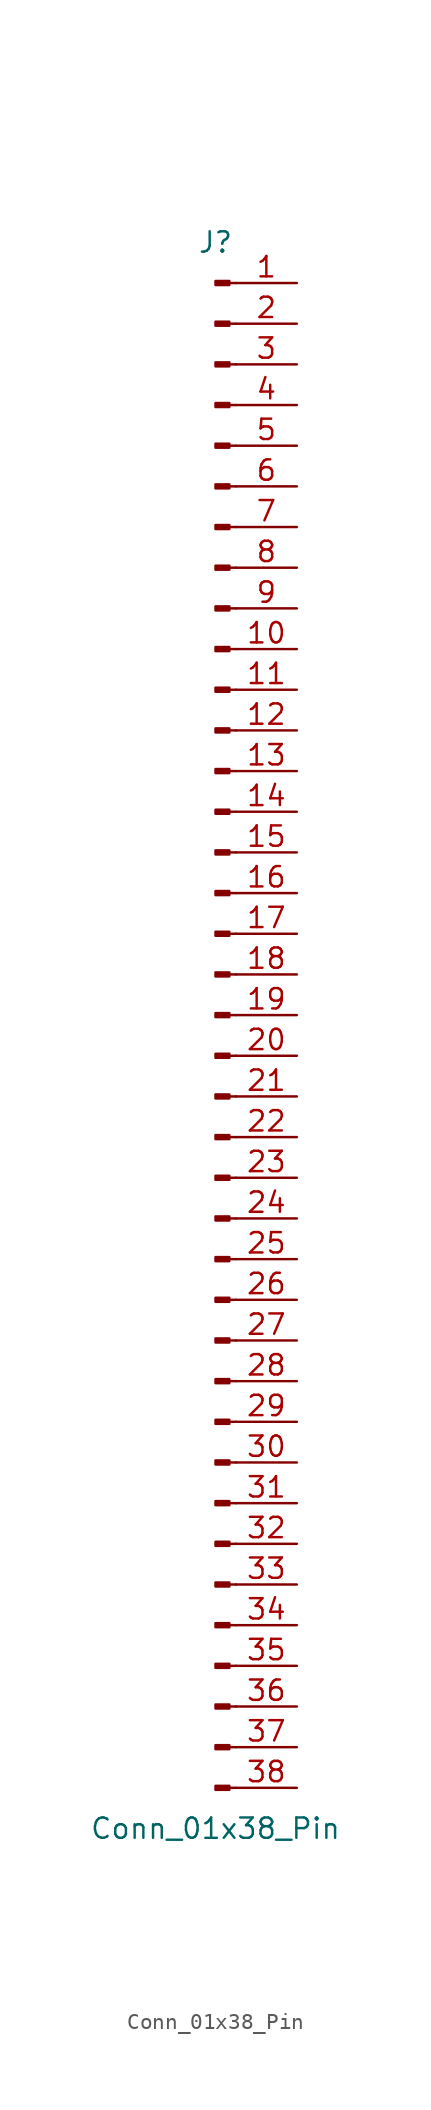
<source format=kicad_sym>
(kicad_symbol_lib
  (version 20220914)
  (generator kicad_symbol_editor)
  (symbol "Conn_01x38_Pin"
    (pin_names
      (offset 1.016) hide)
    (property "Reference" "J"
      (at 0 48.26 0)
      (effects (font (size 1.27 1.27))))
    (property "Value" "Conn_01x38_Pin"
      (at 0 -50.8 0)
      (effects (font (size 1.27 1.27))))
    (property "ki_locked" ""
      (at 0 0 0)
      (effects (font (size 1.27 1.27))))
    (symbol "Conn_01x38_Pin_1_1"
      (polyline (pts (xy 1.27 -48.26) (xy 0.864 -48.26)) (stroke (width 0.152) (type default)) (fill (type none)))
      (polyline (pts (xy 1.27 -45.72) (xy 0.864 -45.72)) (stroke (width 0.152) (type default)) (fill (type none)))
      (polyline (pts (xy 1.27 -43.18) (xy 0.864 -43.18)) (stroke (width 0.152) (type default)) (fill (type none)))
      (polyline (pts (xy 1.27 -40.64) (xy 0.864 -40.64)) (stroke (width 0.152) (type default)) (fill (type none)))
      (polyline (pts (xy 1.27 -38.1) (xy 0.864 -38.1)) (stroke (width 0.152) (type default)) (fill (type none)))
      (polyline (pts (xy 1.27 -35.56) (xy 0.864 -35.56)) (stroke (width 0.152) (type default)) (fill (type none)))
      (polyline (pts (xy 1.27 -33.02) (xy 0.864 -33.02)) (stroke (width 0.152) (type default)) (fill (type none)))
      (polyline (pts (xy 1.27 -30.48) (xy 0.864 -30.48)) (stroke (width 0.152) (type default)) (fill (type none)))
      (polyline (pts (xy 1.27 -27.94) (xy 0.864 -27.94)) (stroke (width 0.152) (type default)) (fill (type none)))
      (polyline (pts (xy 1.27 -25.4) (xy 0.864 -25.4)) (stroke (width 0.152) (type default)) (fill (type none)))
      (polyline (pts (xy 1.27 -22.86) (xy 0.864 -22.86)) (stroke (width 0.152) (type default)) (fill (type none)))
      (polyline (pts (xy 1.27 -20.32) (xy 0.864 -20.32)) (stroke (width 0.152) (type default)) (fill (type none)))
      (polyline (pts (xy 1.27 -17.78) (xy 0.864 -17.78)) (stroke (width 0.152) (type default)) (fill (type none)))
      (polyline (pts (xy 1.27 -15.24) (xy 0.864 -15.24)) (stroke (width 0.152) (type default)) (fill (type none)))
      (polyline (pts (xy 1.27 -12.7) (xy 0.864 -12.7)) (stroke (width 0.152) (type default)) (fill (type none)))
      (polyline (pts (xy 1.27 -10.16) (xy 0.864 -10.16)) (stroke (width 0.152) (type default)) (fill (type none)))
      (polyline (pts (xy 1.27 -7.62) (xy 0.864 -7.62)) (stroke (width 0.152) (type default)) (fill (type none)))
      (polyline (pts (xy 1.27 -5.08) (xy 0.864 -5.08)) (stroke (width 0.152) (type default)) (fill (type none)))
      (polyline (pts (xy 1.27 -2.54) (xy 0.864 -2.54)) (stroke (width 0.152) (type default)) (fill (type none)))
      (polyline (pts (xy 1.27 0) (xy 0.864 0)) (stroke (width 0.152) (type default)) (fill (type none)))
      (polyline (pts (xy 1.27 2.54) (xy 0.864 2.54)) (stroke (width 0.152) (type default)) (fill (type none)))
      (polyline (pts (xy 1.27 5.08) (xy 0.864 5.08)) (stroke (width 0.152) (type default)) (fill (type none)))
      (polyline (pts (xy 1.27 7.62) (xy 0.864 7.62)) (stroke (width 0.152) (type default)) (fill (type none)))
      (polyline (pts (xy 1.27 10.16) (xy 0.864 10.16)) (stroke (width 0.152) (type default)) (fill (type none)))
      (polyline (pts (xy 1.27 12.7) (xy 0.864 12.7)) (stroke (width 0.152) (type default)) (fill (type none)))
      (polyline (pts (xy 1.27 15.24) (xy 0.864 15.24)) (stroke (width 0.152) (type default)) (fill (type none)))
      (polyline (pts (xy 1.27 17.78) (xy 0.864 17.78)) (stroke (width 0.152) (type default)) (fill (type none)))
      (polyline (pts (xy 1.27 20.32) (xy 0.864 20.32)) (stroke (width 0.152) (type default)) (fill (type none)))
      (polyline (pts (xy 1.27 22.86) (xy 0.864 22.86)) (stroke (width 0.152) (type default)) (fill (type none)))
      (polyline (pts (xy 1.27 25.4) (xy 0.864 25.4)) (stroke (width 0.152) (type default)) (fill (type none)))
      (polyline (pts (xy 1.27 27.94) (xy 0.864 27.94)) (stroke (width 0.152) (type default)) (fill (type none)))
      (polyline (pts (xy 1.27 30.48) (xy 0.864 30.48)) (stroke (width 0.152) (type default)) (fill (type none)))
      (polyline (pts (xy 1.27 33.02) (xy 0.864 33.02)) (stroke (width 0.152) (type default)) (fill (type none)))
      (polyline (pts (xy 1.27 35.56) (xy 0.864 35.56)) (stroke (width 0.152) (type default)) (fill (type none)))
      (polyline (pts (xy 1.27 38.1) (xy 0.864 38.1)) (stroke (width 0.152) (type default)) (fill (type none)))
      (polyline (pts (xy 1.27 40.64) (xy 0.864 40.64)) (stroke (width 0.152) (type default)) (fill (type none)))
      (polyline (pts (xy 1.27 43.18) (xy 0.864 43.18)) (stroke (width 0.152) (type default)) (fill (type none)))
      (polyline (pts (xy 1.27 45.72) (xy 0.864 45.72)) (stroke (width 0.152) (type default)) (fill (type none)))
      (rectangle (start 0.864 -48.133) (end 0 -48.387) (stroke (width 0.152) (type default)) (fill (type outline)))
      (rectangle (start 0.864 -45.593) (end 0 -45.847) (stroke (width 0.152) (type default)) (fill (type outline)))
      (rectangle (start 0.864 -43.053) (end 0 -43.307) (stroke (width 0.152) (type default)) (fill (type outline)))
      (rectangle (start 0.864 -40.513) (end 0 -40.767) (stroke (width 0.152) (type default)) (fill (type outline)))
      (rectangle (start 0.864 -37.973) (end 0 -38.227) (stroke (width 0.152) (type default)) (fill (type outline)))
      (rectangle (start 0.864 -35.433) (end 0 -35.687) (stroke (width 0.152) (type default)) (fill (type outline)))
      (rectangle (start 0.864 -32.893) (end 0 -33.147) (stroke (width 0.152) (type default)) (fill (type outline)))
      (rectangle (start 0.864 -30.353) (end 0 -30.607) (stroke (width 0.152) (type default)) (fill (type outline)))
      (rectangle (start 0.864 -27.813) (end 0 -28.067) (stroke (width 0.152) (type default)) (fill (type outline)))
      (rectangle (start 0.864 -25.273) (end 0 -25.527) (stroke (width 0.152) (type default)) (fill (type outline)))
      (rectangle (start 0.864 -22.733) (end 0 -22.987) (stroke (width 0.152) (type default)) (fill (type outline)))
      (rectangle (start 0.864 -20.193) (end 0 -20.447) (stroke (width 0.152) (type default)) (fill (type outline)))
      (rectangle (start 0.864 -17.653) (end 0 -17.907) (stroke (width 0.152) (type default)) (fill (type outline)))
      (rectangle (start 0.864 -15.113) (end 0 -15.367) (stroke (width 0.152) (type default)) (fill (type outline)))
      (rectangle (start 0.864 -12.573) (end 0 -12.827) (stroke (width 0.152) (type default)) (fill (type outline)))
      (rectangle (start 0.864 -10.033) (end 0 -10.287) (stroke (width 0.152) (type default)) (fill (type outline)))
      (rectangle (start 0.864 -7.493) (end 0 -7.747) (stroke (width 0.152) (type default)) (fill (type outline)))
      (rectangle (start 0.864 -4.953) (end 0 -5.207) (stroke (width 0.152) (type default)) (fill (type outline)))
      (rectangle (start 0.864 -2.413) (end 0 -2.667) (stroke (width 0.152) (type default)) (fill (type outline)))
      (rectangle (start 0.864 0.127) (end 0 -0.127) (stroke (width 0.152) (type default)) (fill (type outline)))
      (rectangle (start 0.864 2.667) (end 0 2.413) (stroke (width 0.152) (type default)) (fill (type outline)))
      (rectangle (start 0.864 5.207) (end 0 4.953) (stroke (width 0.152) (type default)) (fill (type outline)))
      (rectangle (start 0.864 7.747) (end 0 7.493) (stroke (width 0.152) (type default)) (fill (type outline)))
      (rectangle (start 0.864 10.287) (end 0 10.033) (stroke (width 0.152) (type default)) (fill (type outline)))
      (rectangle (start 0.864 12.827) (end 0 12.573) (stroke (width 0.152) (type default)) (fill (type outline)))
      (rectangle (start 0.864 15.367) (end 0 15.113) (stroke (width 0.152) (type default)) (fill (type outline)))
      (rectangle (start 0.864 17.907) (end 0 17.653) (stroke (width 0.152) (type default)) (fill (type outline)))
      (rectangle (start 0.864 20.447) (end 0 20.193) (stroke (width 0.152) (type default)) (fill (type outline)))
      (rectangle (start 0.864 22.987) (end 0 22.733) (stroke (width 0.152) (type default)) (fill (type outline)))
      (rectangle (start 0.864 25.527) (end 0 25.273) (stroke (width 0.152) (type default)) (fill (type outline)))
      (rectangle (start 0.864 28.067) (end 0 27.813) (stroke (width 0.152) (type default)) (fill (type outline)))
      (rectangle (start 0.864 30.607) (end 0 30.353) (stroke (width 0.152) (type default)) (fill (type outline)))
      (rectangle (start 0.864 33.147) (end 0 32.893) (stroke (width 0.152) (type default)) (fill (type outline)))
      (rectangle (start 0.864 35.687) (end 0 35.433) (stroke (width 0.152) (type default)) (fill (type outline)))
      (rectangle (start 0.864 38.227) (end 0 37.973) (stroke (width 0.152) (type default)) (fill (type outline)))
      (rectangle (start 0.864 40.767) (end 0 40.513) (stroke (width 0.152) (type default)) (fill (type outline)))
      (rectangle (start 0.864 43.307) (end 0 43.053) (stroke (width 0.152) (type default)) (fill (type outline)))
      (rectangle (start 0.864 45.847) (end 0 45.593) (stroke (width 0.152) (type default)) (fill (type outline)))
      (pin passive line (at 5.08 45.72 180) (length 3.81) (name "Pin_1" (effects (font (size 1.27 1.27)))) (number "1" (effects (font (size 1.27 1.27)))))
      (pin passive line (at 5.08 22.86 180) (length 3.81) (name "Pin_10" (effects (font (size 1.27 1.27)))) (number "10" (effects (font (size 1.27 1.27)))))
      (pin passive line (at 5.08 20.32 180) (length 3.81) (name "Pin_11" (effects (font (size 1.27 1.27)))) (number "11" (effects (font (size 1.27 1.27)))))
      (pin passive line (at 5.08 17.78 180) (length 3.81) (name "Pin_12" (effects (font (size 1.27 1.27)))) (number "12" (effects (font (size 1.27 1.27)))))
      (pin passive line (at 5.08 15.24 180) (length 3.81) (name "Pin_13" (effects (font (size 1.27 1.27)))) (number "13" (effects (font (size 1.27 1.27)))))
      (pin passive line (at 5.08 12.7 180) (length 3.81) (name "Pin_14" (effects (font (size 1.27 1.27)))) (number "14" (effects (font (size 1.27 1.27)))))
      (pin passive line (at 5.08 10.16 180) (length 3.81) (name "Pin_15" (effects (font (size 1.27 1.27)))) (number "15" (effects (font (size 1.27 1.27)))))
      (pin passive line (at 5.08 7.62 180) (length 3.81) (name "Pin_16" (effects (font (size 1.27 1.27)))) (number "16" (effects (font (size 1.27 1.27)))))
      (pin passive line (at 5.08 5.08 180) (length 3.81) (name "Pin_17" (effects (font (size 1.27 1.27)))) (number "17" (effects (font (size 1.27 1.27)))))
      (pin passive line (at 5.08 2.54 180) (length 3.81) (name "Pin_18" (effects (font (size 1.27 1.27)))) (number "18" (effects (font (size 1.27 1.27)))))
      (pin passive line (at 5.08 0 180) (length 3.81) (name "Pin_19" (effects (font (size 1.27 1.27)))) (number "19" (effects (font (size 1.27 1.27)))))
      (pin passive line (at 5.08 43.18 180) (length 3.81) (name "Pin_2" (effects (font (size 1.27 1.27)))) (number "2" (effects (font (size 1.27 1.27)))))
      (pin passive line (at 5.08 -2.54 180) (length 3.81) (name "Pin_20" (effects (font (size 1.27 1.27)))) (number "20" (effects (font (size 1.27 1.27)))))
      (pin passive line (at 5.08 -5.08 180) (length 3.81) (name "Pin_21" (effects (font (size 1.27 1.27)))) (number "21" (effects (font (size 1.27 1.27)))))
      (pin passive line (at 5.08 -7.62 180) (length 3.81) (name "Pin_22" (effects (font (size 1.27 1.27)))) (number "22" (effects (font (size 1.27 1.27)))))
      (pin passive line (at 5.08 -10.16 180) (length 3.81) (name "Pin_23" (effects (font (size 1.27 1.27)))) (number "23" (effects (font (size 1.27 1.27)))))
      (pin passive line (at 5.08 -12.7 180) (length 3.81) (name "Pin_24" (effects (font (size 1.27 1.27)))) (number "24" (effects (font (size 1.27 1.27)))))
      (pin passive line (at 5.08 -15.24 180) (length 3.81) (name "Pin_25" (effects (font (size 1.27 1.27)))) (number "25" (effects (font (size 1.27 1.27)))))
      (pin passive line (at 5.08 -17.78 180) (length 3.81) (name "Pin_26" (effects (font (size 1.27 1.27)))) (number "26" (effects (font (size 1.27 1.27)))))
      (pin passive line (at 5.08 -20.32 180) (length 3.81) (name "Pin_27" (effects (font (size 1.27 1.27)))) (number "27" (effects (font (size 1.27 1.27)))))
      (pin passive line (at 5.08 -22.86 180) (length 3.81) (name "Pin_28" (effects (font (size 1.27 1.27)))) (number "28" (effects (font (size 1.27 1.27)))))
      (pin passive line (at 5.08 -25.4 180) (length 3.81) (name "Pin_29" (effects (font (size 1.27 1.27)))) (number "29" (effects (font (size 1.27 1.27)))))
      (pin passive line (at 5.08 40.64 180) (length 3.81) (name "Pin_3" (effects (font (size 1.27 1.27)))) (number "3" (effects (font (size 1.27 1.27)))))
      (pin passive line (at 5.08 -27.94 180) (length 3.81) (name "Pin_30" (effects (font (size 1.27 1.27)))) (number "30" (effects (font (size 1.27 1.27)))))
      (pin passive line (at 5.08 -30.48 180) (length 3.81) (name "Pin_31" (effects (font (size 1.27 1.27)))) (number "31" (effects (font (size 1.27 1.27)))))
      (pin passive line (at 5.08 -33.02 180) (length 3.81) (name "Pin_32" (effects (font (size 1.27 1.27)))) (number "32" (effects (font (size 1.27 1.27)))))
      (pin passive line (at 5.08 -35.56 180) (length 3.81) (name "Pin_33" (effects (font (size 1.27 1.27)))) (number "33" (effects (font (size 1.27 1.27)))))
      (pin passive line (at 5.08 -38.1 180) (length 3.81) (name "Pin_34" (effects (font (size 1.27 1.27)))) (number "34" (effects (font (size 1.27 1.27)))))
      (pin passive line (at 5.08 -40.64 180) (length 3.81) (name "Pin_35" (effects (font (size 1.27 1.27)))) (number "35" (effects (font (size 1.27 1.27)))))
      (pin passive line (at 5.08 -43.18 180) (length 3.81) (name "Pin_36" (effects (font (size 1.27 1.27)))) (number "36" (effects (font (size 1.27 1.27)))))
      (pin passive line (at 5.08 -45.72 180) (length 3.81) (name "Pin_37" (effects (font (size 1.27 1.27)))) (number "37" (effects (font (size 1.27 1.27)))))
      (pin passive line (at 5.08 -48.26 180) (length 3.81) (name "Pin_38" (effects (font (size 1.27 1.27)))) (number "38" (effects (font (size 1.27 1.27)))))
      (pin passive line (at 5.08 38.1 180) (length 3.81) (name "Pin_4" (effects (font (size 1.27 1.27)))) (number "4" (effects (font (size 1.27 1.27)))))
      (pin passive line (at 5.08 35.56 180) (length 3.81) (name "Pin_5" (effects (font (size 1.27 1.27)))) (number "5" (effects (font (size 1.27 1.27)))))
      (pin passive line (at 5.08 33.02 180) (length 3.81) (name "Pin_6" (effects (font (size 1.27 1.27)))) (number "6" (effects (font (size 1.27 1.27)))))
      (pin passive line (at 5.08 30.48 180) (length 3.81) (name "Pin_7" (effects (font (size 1.27 1.27)))) (number "7" (effects (font (size 1.27 1.27)))))
      (pin passive line (at 5.08 27.94 180) (length 3.81) (name "Pin_8" (effects (font (size 1.27 1.27)))) (number "8" (effects (font (size 1.27 1.27)))))
      (pin passive line (at 5.08 25.4 180) (length 3.81) (name "Pin_9" (effects (font (size 1.27 1.27)))) (number "9" (effects (font (size 1.27 1.27))))))))
</source>
